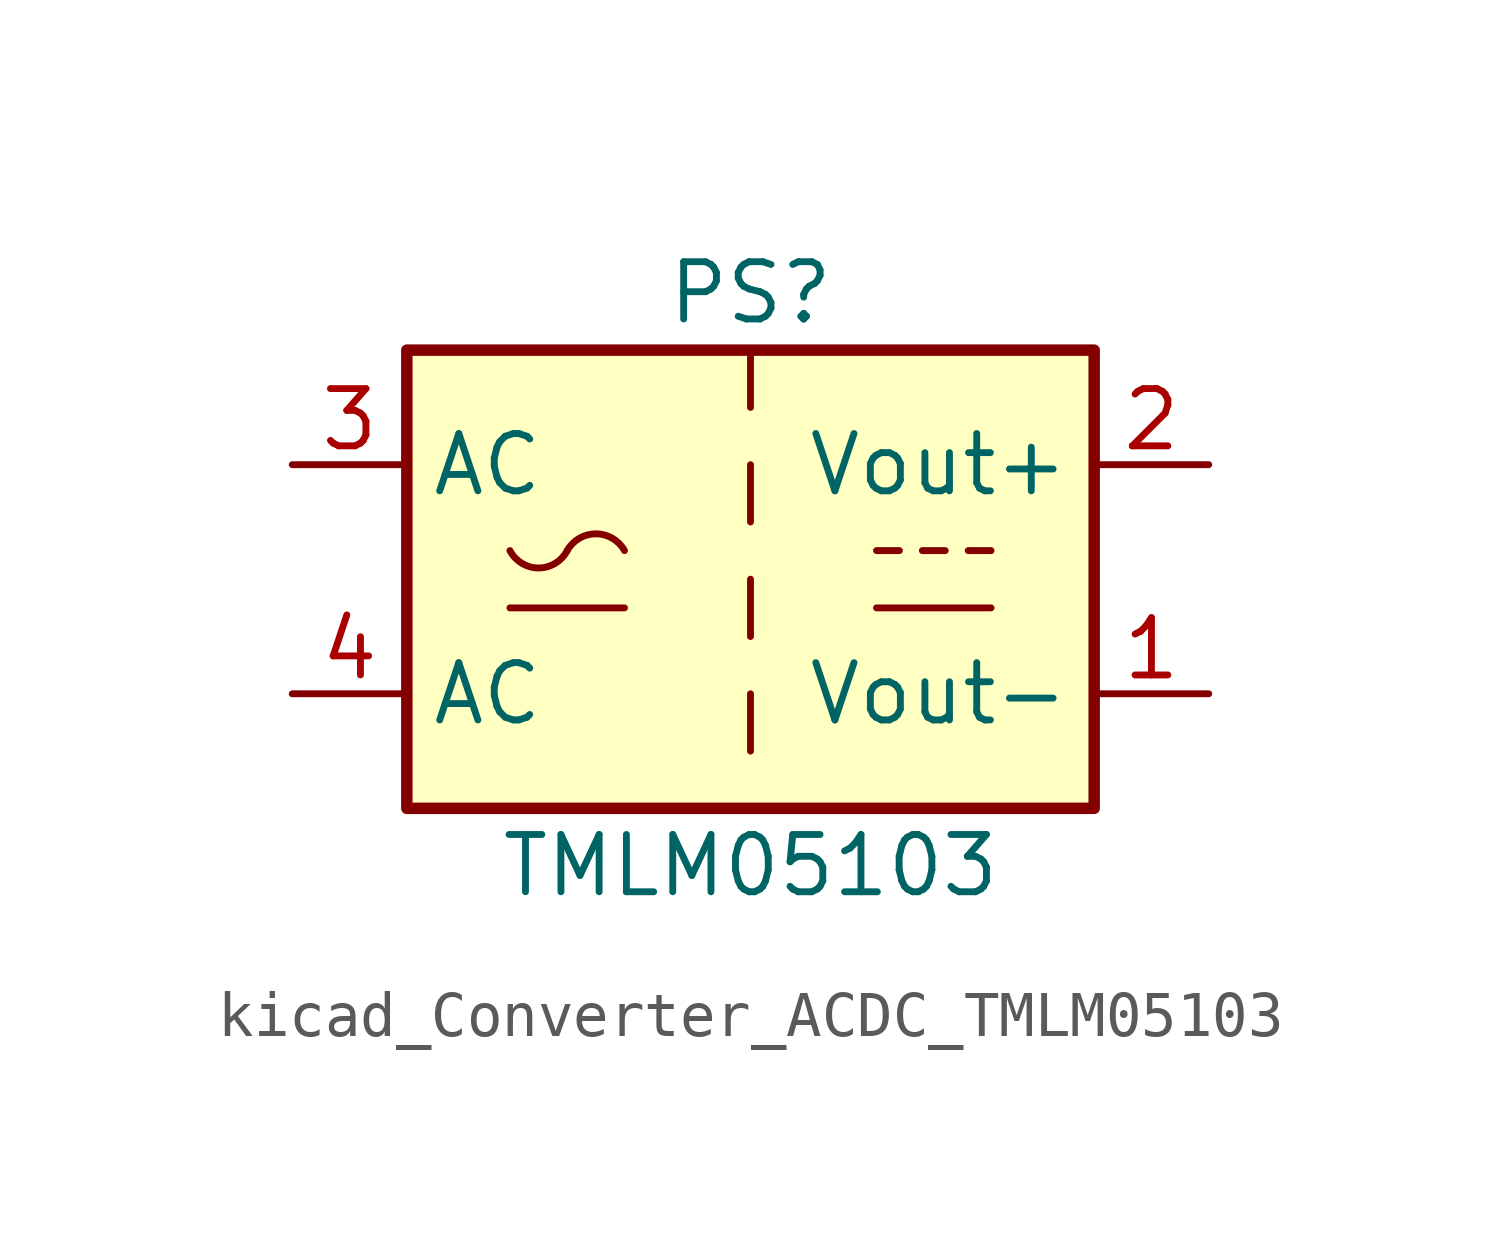
<source format=kicad_sym>
(kicad_symbol_lib
  (version 20220914)
  (generator kicad_symbol_editor)
  (symbol "kicad_Converter_ACDC_TMLM05103"
    (property "Reference" "PS"
      (at 0 6.35 0)
      (effects (font (size 1.27 1.27))))
    (property "Value" "TMLM05103"
      (at 0 -6.35 0)
      (effects (font (size 1.27 1.27))))
    (symbol "kicad_Converter_ACDC_TMLM05103_0_1"
      (rectangle (start -7.62 5.08) (end 7.62 -5.08) (stroke (width 0.254) (type default)) (fill (type background)))
      (arc (start -5.334 0.635) (mid -4.699 0.2495) (end -4.064 0.635) (stroke (width 0) (type default)) (fill (type none)))
      (arc (start -2.794 0.635) (mid -3.429 1.0072) (end -4.064 0.635) (stroke (width 0) (type default)) (fill (type none)))
      (polyline (pts (xy -5.334 -0.635) (xy -2.794 -0.635)) (stroke (width 0) (type default)) (fill (type none)))
      (polyline (pts (xy 0 -2.54) (xy 0 -3.81)) (stroke (width 0) (type default)) (fill (type none)))
      (polyline (pts (xy 0 0) (xy 0 -1.27)) (stroke (width 0) (type default)) (fill (type none)))
      (polyline (pts (xy 0 2.54) (xy 0 1.27)) (stroke (width 0) (type default)) (fill (type none)))
      (polyline (pts (xy 0 5.08) (xy 0 3.81)) (stroke (width 0) (type default)) (fill (type none)))
      (polyline (pts (xy 2.794 -0.635) (xy 5.334 -0.635)) (stroke (width 0) (type default)) (fill (type none)))
      (polyline (pts (xy 2.794 0.635) (xy 3.302 0.635)) (stroke (width 0) (type default)) (fill (type none)))
      (polyline (pts (xy 3.81 0.635) (xy 4.318 0.635)) (stroke (width 0) (type default)) (fill (type none)))
      (polyline (pts (xy 4.826 0.635) (xy 5.334 0.635)) (stroke (width 0) (type default)) (fill (type none))))
    (symbol "kicad_Converter_ACDC_TMLM05103_1_1"
      (pin power_out line (at 10.16 -2.54 180) (length 2.54) (name "Vout-" (effects (font (size 1.27 1.27)))) (number "1" (effects (font (size 1.27 1.27)))))
      (pin power_out line (at 10.16 2.54 180) (length 2.54) (name "Vout+" (effects (font (size 1.27 1.27)))) (number "2" (effects (font (size 1.27 1.27)))))
      (pin power_in line (at -10.16 2.54 0) (length 2.54) (name "AC" (effects (font (size 1.27 1.27)))) (number "3" (effects (font (size 1.27 1.27)))))
      (pin power_in line (at -10.16 -2.54 0) (length 2.54) (name "AC" (effects (font (size 1.27 1.27)))) (number "4" (effects (font (size 1.27 1.27))))))))
</source>
